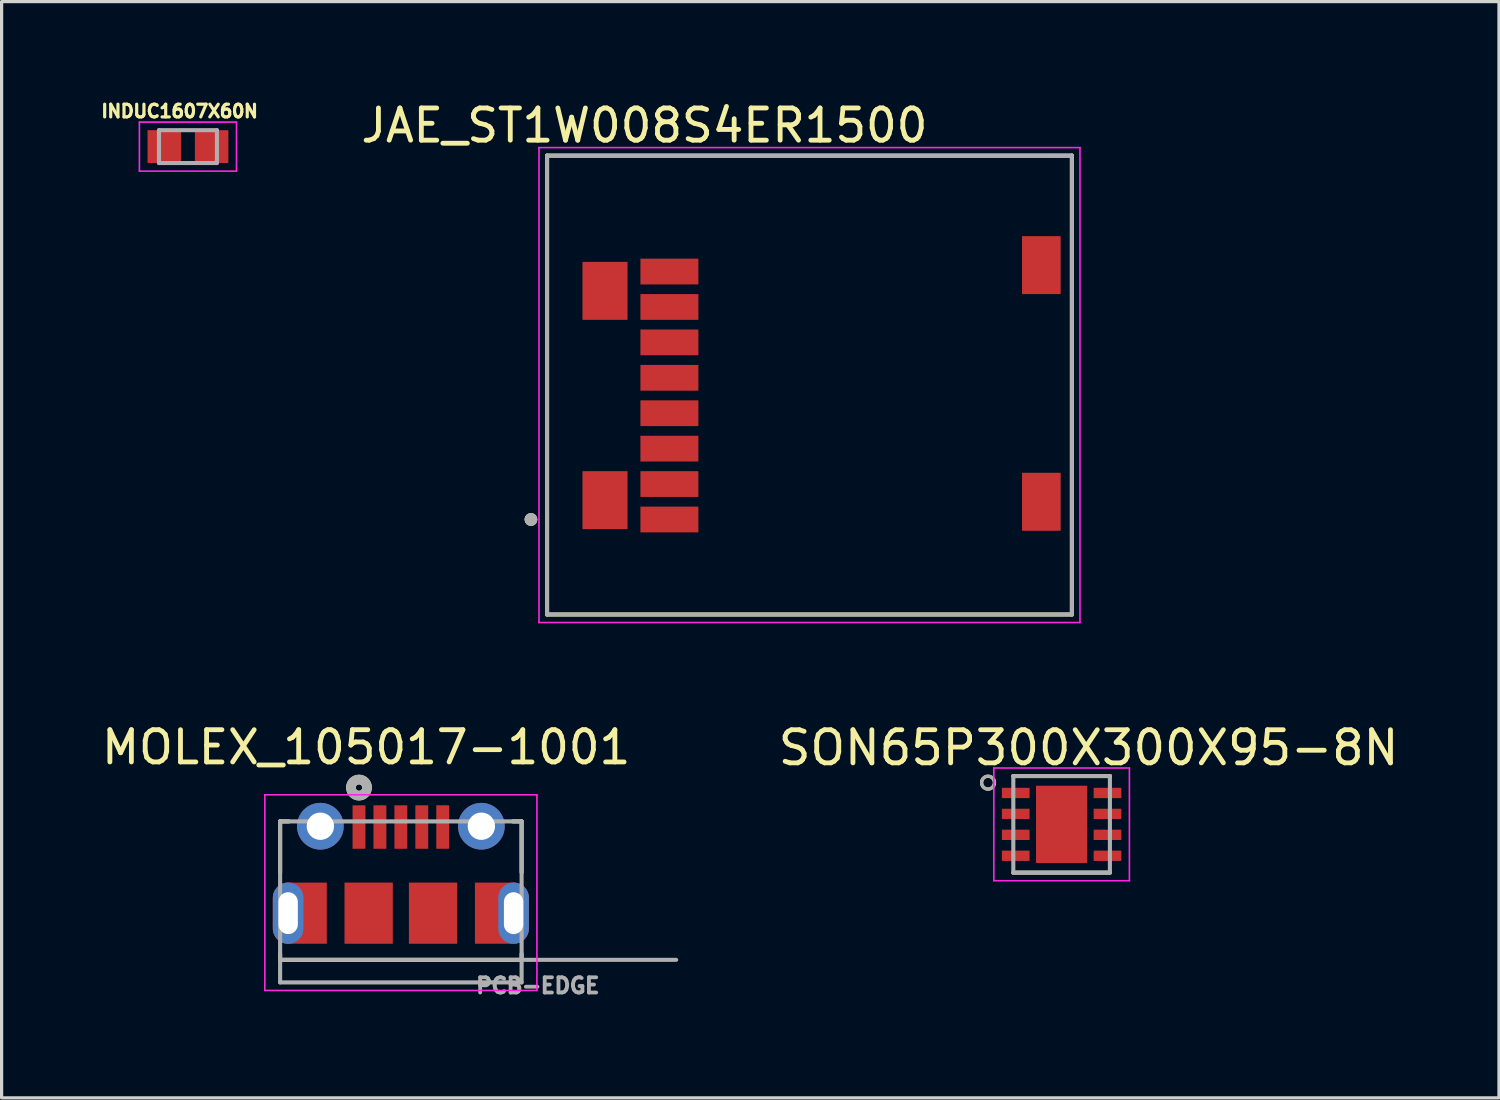
<source format=kicad_pcb>
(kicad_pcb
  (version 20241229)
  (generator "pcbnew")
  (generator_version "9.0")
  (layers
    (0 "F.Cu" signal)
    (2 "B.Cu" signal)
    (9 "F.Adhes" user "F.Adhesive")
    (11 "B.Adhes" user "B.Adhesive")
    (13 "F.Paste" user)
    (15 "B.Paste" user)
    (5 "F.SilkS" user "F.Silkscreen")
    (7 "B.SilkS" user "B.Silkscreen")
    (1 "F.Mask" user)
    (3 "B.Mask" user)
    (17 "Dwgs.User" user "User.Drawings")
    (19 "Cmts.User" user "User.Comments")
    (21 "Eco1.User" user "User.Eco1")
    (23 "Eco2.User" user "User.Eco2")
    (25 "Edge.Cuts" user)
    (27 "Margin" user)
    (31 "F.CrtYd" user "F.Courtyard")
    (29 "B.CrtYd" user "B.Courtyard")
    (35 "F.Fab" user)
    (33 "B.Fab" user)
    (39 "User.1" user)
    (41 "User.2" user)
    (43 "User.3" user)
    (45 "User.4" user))
  (footprint "SON65P300X300X95-8N"
    (layer "F.Cu")
    (at 29.919 22.551)
    (property "Reference" "SON65P300X300X95-8N" (at 0.838 -2.378 0) (layer "F.SilkS") (effects (font (size 1.028 1.028) (thickness 0.15))))
    (attr through_hole)
    (fp_line (start -1.5 -1.5) (end 1.5 -1.5) (stroke (width 0.127) (type solid)) (layer "F.SilkS"))
    (fp_line (start -1.5 1.5) (end 1.5 1.5) (stroke (width 0.127) (type solid)) (layer "F.SilkS"))
    (fp_circle (center -2.285 -1.295) (end -2.085 -1.295) (stroke (width 0.1) (type solid)) (fill no) (layer "F.SilkS"))
    (fp_poly (pts (xy -0.408 -0.6) (xy 0.398 -0.6) (xy 0.398 0.616) (xy -0.408 0.616)) (stroke (width 0.01) (type solid)) (fill yes) (layer "F.Paste"))
    (fp_line (start -2.105 -1.75) (end -2.105 1.75) (stroke (width 0.05) (type solid)) (layer "F.CrtYd"))
    (fp_line (start -2.105 -1.75) (end 2.105 -1.75) (stroke (width 0.05) (type solid)) (layer "F.CrtYd"))
    (fp_line (start -2.105 1.75) (end 2.105 1.75) (stroke (width 0.05) (type solid)) (layer "F.CrtYd"))
    (fp_line (start 2.105 -1.75) (end 2.105 1.75) (stroke (width 0.05) (type solid)) (layer "F.CrtYd"))
    (fp_line (start -1.5 -1.5) (end -1.5 1.5) (stroke (width 0.127) (type solid)) (layer "F.Fab"))
    (fp_line (start -1.5 -1.5) (end 1.5 -1.5) (stroke (width 0.127) (type solid)) (layer "F.Fab"))
    (fp_line (start -1.5 1.5) (end 1.5 1.5) (stroke (width 0.127) (type solid)) (layer "F.Fab"))
    (fp_line (start 1.5 -1.5) (end 1.5 1.5) (stroke (width 0.127) (type solid)) (layer "F.Fab"))
    (fp_circle (center -2.285 -1.295) (end -2.085 -1.295) (stroke (width 0.1) (type solid)) (fill no) (layer "F.Fab"))
    (pad "1" smd roundrect (at -1.425 -0.975) (size 0.86 0.32) (layers "F.Cu" "F.Mask" "F.Paste") (roundrect_rratio 0.04))
    (pad "2" smd roundrect (at -1.425 -0.325) (size 0.86 0.32) (layers "F.Cu" "F.Mask" "F.Paste") (roundrect_rratio 0.04))
    (pad "3" smd roundrect (at -1.425 0.325) (size 0.86 0.32) (layers "F.Cu" "F.Mask" "F.Paste") (roundrect_rratio 0.04))
    (pad "4" smd roundrect (at -1.425 0.975) (size 0.86 0.32) (layers "F.Cu" "F.Mask" "F.Paste") (roundrect_rratio 0.04))
    (pad "5" smd roundrect (at 1.425 0.975) (size 0.86 0.32) (layers "F.Cu" "F.Mask" "F.Paste") (roundrect_rratio 0.04))
    (pad "6" smd roundrect (at 1.425 0.325) (size 0.86 0.32) (layers "F.Cu" "F.Mask" "F.Paste") (roundrect_rratio 0.04))
    (pad "7" smd roundrect (at 1.425 -0.325) (size 0.86 0.32) (layers "F.Cu" "F.Mask" "F.Paste") (roundrect_rratio 0.04))
    (pad "8" smd roundrect (at 1.425 -0.975) (size 0.86 0.32) (layers "F.Cu" "F.Mask" "F.Paste") (roundrect_rratio 0.04))
    (pad "9" smd rect (at 0 0) (size 1.59 2.4) (layers "F.Cu" "F.Mask")))
  (footprint "JAE_ST1W008S4ER1500"
    (layer "F.Cu")
    (at 21.739 9.233)
    (property "Reference" "JAE_ST1W008S4ER1500" (at -4.775 -8.385 0) (layer "F.SilkS") (effects (font (size 1 1) (thickness 0.15))))
    (attr through_hole)
    (fp_line (start -7.8 -7.45) (end 8.5 -7.45) (stroke (width 0.127) (type solid)) (layer "F.SilkS"))
    (fp_line (start -7.8 6.8) (end -7.8 -7.45) (stroke (width 0.127) (type solid)) (layer "F.SilkS"))
    (fp_line (start 8.5 -7.45) (end 8.5 6.8) (stroke (width 0.127) (type solid)) (layer "F.SilkS"))
    (fp_line (start 8.5 6.8) (end -7.8 6.8) (stroke (width 0.127) (type solid)) (layer "F.SilkS"))
    (fp_circle (center -8.3 3.85) (end -8.2 3.85) (stroke (width 0.2) (type solid)) (fill no) (layer "F.SilkS"))
    (fp_line (start -8.05 -7.7) (end 8.75 -7.7) (stroke (width 0.05) (type solid)) (layer "F.CrtYd"))
    (fp_line (start -8.05 7.05) (end -8.05 -7.7) (stroke (width 0.05) (type solid)) (layer "F.CrtYd"))
    (fp_line (start 8.75 -7.7) (end 8.75 7.05) (stroke (width 0.05) (type solid)) (layer "F.CrtYd"))
    (fp_line (start 8.75 7.05) (end -8.05 7.05) (stroke (width 0.05) (type solid)) (layer "F.CrtYd"))
    (fp_line (start -7.8 -7.45) (end 8.5 -7.45) (stroke (width 0.127) (type solid)) (layer "F.Fab"))
    (fp_line (start -7.8 6.8) (end -7.8 -7.45) (stroke (width 0.127) (type solid)) (layer "F.Fab"))
    (fp_line (start 8.5 -7.45) (end 8.5 6.8) (stroke (width 0.127) (type solid)) (layer "F.Fab"))
    (fp_line (start 8.5 6.8) (end -7.8 6.8) (stroke (width 0.127) (type solid)) (layer "F.Fab"))
    (fp_circle (center -8.3 3.85) (end -8.2 3.85) (stroke (width 0.2) (type solid)) (fill no) (layer "F.Fab"))
    (pad "1" smd rect (at -4 3.85) (size 1.8 0.8) (layers "F.Cu" "F.Mask" "F.Paste"))
    (pad "2" smd rect (at -4 2.75) (size 1.8 0.8) (layers "F.Cu" "F.Mask" "F.Paste"))
    (pad "3" smd rect (at -4 1.65) (size 1.8 0.8) (layers "F.Cu" "F.Mask" "F.Paste"))
    (pad "4" smd rect (at -4 0.55) (size 1.8 0.8) (layers "F.Cu" "F.Mask" "F.Paste"))
    (pad "5" smd rect (at -4 -0.55) (size 1.8 0.8) (layers "F.Cu" "F.Mask" "F.Paste"))
    (pad "6" smd rect (at -4 -1.65) (size 1.8 0.8) (layers "F.Cu" "F.Mask" "F.Paste"))
    (pad "7" smd rect (at -4 -2.75) (size 1.8 0.8) (layers "F.Cu" "F.Mask" "F.Paste"))
    (pad "8" smd rect (at -4 -3.85) (size 1.8 0.8) (layers "F.Cu" "F.Mask" "F.Paste"))
    (pad "GND1" smd rect (at 7.55 3.3) (size 1.2 1.8) (layers "F.Cu" "F.Mask" "F.Paste"))
    (pad "GND2" smd rect (at 7.55 -4.05) (size 1.2 1.8) (layers "F.Cu" "F.Mask" "F.Paste"))
    (pad "GND3" smd rect (at -6 3.25) (size 1.4 1.8) (layers "F.Cu" "F.Mask" "F.Paste"))
    (pad "GND4" smd rect (at -6 -3.25) (size 1.4 1.8) (layers "F.Cu" "F.Mask" "F.Paste")))
  (footprint "INDUC1607X60N"
    (layer "F.Cu")
    (at 2.787 1.503)
    (property "Reference" "INDUC1607X60N" (at -0.26 -1.1 0) (layer "F.SilkS") (effects (font (size 0.394 0.394) (thickness 0.15))))
    (attr through_hole)
    (fp_line (start -1.508 -0.761) (end 1.508 -0.761) (stroke (width 0.05) (type solid)) (layer "F.CrtYd"))
    (fp_line (start -1.508 0.761) (end -1.508 -0.761) (stroke (width 0.05) (type solid)) (layer "F.CrtYd"))
    (fp_line (start -1.508 0.761) (end 1.508 0.761) (stroke (width 0.05) (type solid)) (layer "F.CrtYd"))
    (fp_line (start 1.508 0.761) (end 1.508 -0.761) (stroke (width 0.05) (type solid)) (layer "F.CrtYd"))
    (fp_line (start -0.9 0.51) (end -0.9 -0.51) (stroke (width 0.127) (type solid)) (layer "F.Fab"))
    (fp_line (start 0.9 -0.51) (end -0.9 -0.51) (stroke (width 0.127) (type solid)) (layer "F.Fab"))
    (fp_line (start 0.9 0.51) (end -0.9 0.51) (stroke (width 0.127) (type solid)) (layer "F.Fab"))
    (fp_line (start 0.9 0.51) (end 0.9 -0.51) (stroke (width 0.127) (type solid)) (layer "F.Fab"))
    (pad "1" smd rect (at -0.735 0) (size 1.04 1.02) (layers "F.Cu" "F.Mask" "F.Paste"))
    (pad "2" smd rect (at 0.735 0) (size 1.04 1.02) (layers "F.Cu" "F.Mask" "F.Paste")))
  (footprint "MOLEX_105017-1001"
    (layer "F.Cu")
    (at 9.399 25.309)
    (property "Reference" "MOLEX_105017-1001" (at -1.076 -5.152 0) (layer "F.SilkS") (effects (font (size 1.001 1.001) (thickness 0.15))))
    (attr through_hole)
    (fp_poly (pts (xy -3.5 -0.95) (xy -2.3 -0.95) (xy -2.3 0.95) (xy -3.5 0.95) (xy -3.525 0.949) (xy -3.55 0.947) (xy -3.574 0.944) (xy -3.599 0.94) (xy -3.623 0.934) (xy -3.647 0.927) (xy -3.67 0.918) (xy -3.693 0.909) (xy -3.716 0.898) (xy -3.737 0.886) (xy -3.759 0.873) (xy -3.779 0.859) (xy -3.799 0.844) (xy -3.818 0.828) (xy -3.836 0.811) (xy -3.853 0.793) (xy -3.869 0.774) (xy -3.884 0.754) (xy -3.898 0.734) (xy -3.911 0.712) (xy -3.923 0.691) (xy -3.934 0.668) (xy -3.943 0.645) (xy -3.952 0.622) (xy -3.959 0.598) (xy -3.965 0.574) (xy -3.969 0.549) (xy -3.972 0.525) (xy -3.974 0.5) (xy -3.975 0.475) (xy -3.975 -0.475) (xy -3.974 -0.5) (xy -3.972 -0.525) (xy -3.969 -0.549) (xy -3.965 -0.574) (xy -3.959 -0.598) (xy -3.952 -0.622) (xy -3.943 -0.645) (xy -3.934 -0.668) (xy -3.923 -0.691) (xy -3.911 -0.712) (xy -3.898 -0.734) (xy -3.884 -0.754) (xy -3.869 -0.774) (xy -3.853 -0.793) (xy -3.836 -0.811) (xy -3.818 -0.828) (xy -3.799 -0.844) (xy -3.779 -0.859) (xy -3.759 -0.873) (xy -3.737 -0.886) (xy -3.716 -0.898) (xy -3.693 -0.909) (xy -3.67 -0.918) (xy -3.647 -0.927) (xy -3.623 -0.934) (xy -3.599 -0.94) (xy -3.574 -0.944) (xy -3.55 -0.947) (xy -3.525 -0.949) (xy -3.5 -0.95)) (stroke (width 0.0001) (type solid)) (fill yes) (layer "F.Cu"))
    (fp_poly (pts (xy 3.5 -0.95) (xy 2.3 -0.95) (xy 2.3 0.95) (xy 3.5 0.95) (xy 3.525 0.949) (xy 3.55 0.947) (xy 3.574 0.944) (xy 3.599 0.94) (xy 3.623 0.934) (xy 3.647 0.927) (xy 3.67 0.918) (xy 3.693 0.909) (xy 3.716 0.898) (xy 3.738 0.886) (xy 3.759 0.873) (xy 3.779 0.859) (xy 3.799 0.844) (xy 3.818 0.828) (xy 3.836 0.811) (xy 3.853 0.793) (xy 3.869 0.774) (xy 3.884 0.754) (xy 3.898 0.734) (xy 3.911 0.712) (xy 3.923 0.691) (xy 3.934 0.668) (xy 3.943 0.645) (xy 3.952 0.622) (xy 3.959 0.598) (xy 3.965 0.574) (xy 3.969 0.549) (xy 3.972 0.525) (xy 3.974 0.5) (xy 3.975 0.475) (xy 3.975 -0.475) (xy 3.974 -0.5) (xy 3.972 -0.525) (xy 3.969 -0.549) (xy 3.965 -0.574) (xy 3.959 -0.598) (xy 3.952 -0.622) (xy 3.943 -0.645) (xy 3.934 -0.668) (xy 3.923 -0.691) (xy 3.911 -0.712) (xy 3.898 -0.734) (xy 3.884 -0.754) (xy 3.869 -0.774) (xy 3.853 -0.793) (xy 3.836 -0.811) (xy 3.818 -0.828) (xy 3.799 -0.844) (xy 3.779 -0.859) (xy 3.759 -0.873) (xy 3.738 -0.886) (xy 3.716 -0.898) (xy 3.693 -0.909) (xy 3.67 -0.918) (xy 3.647 -0.927) (xy 3.623 -0.934) (xy 3.599 -0.94) (xy 3.574 -0.944) (xy 3.55 -0.947) (xy 3.525 -0.949) (xy 3.5 -0.95)) (stroke (width 0.0001) (type solid)) (fill yes) (layer "F.Cu"))
    (fp_poly (pts (xy -3.5 -1.05) (xy -2.2 -1.05) (xy -2.2 1.05) (xy -3.5 1.05) (xy -3.53 1.049) (xy -3.56 1.047) (xy -3.59 1.043) (xy -3.62 1.037) (xy -3.649 1.03) (xy -3.678 1.022) (xy -3.706 1.012) (xy -3.734 1) (xy -3.761 0.987) (xy -3.788 0.973) (xy -3.813 0.957) (xy -3.838 0.94) (xy -3.862 0.922) (xy -3.885 0.902) (xy -3.907 0.882) (xy -3.927 0.86) (xy -3.947 0.837) (xy -3.965 0.813) (xy -3.982 0.788) (xy -3.998 0.762) (xy -4.012 0.736) (xy -4.025 0.709) (xy -4.037 0.681) (xy -4.047 0.653) (xy -4.055 0.624) (xy -4.062 0.595) (xy -4.068 0.565) (xy -4.072 0.535) (xy -4.074 0.505) (xy -4.075 0.475) (xy -4.075 -0.475) (xy -4.074 -0.505) (xy -4.072 -0.535) (xy -4.068 -0.565) (xy -4.062 -0.595) (xy -4.055 -0.624) (xy -4.047 -0.653) (xy -4.037 -0.681) (xy -4.025 -0.709) (xy -4.012 -0.736) (xy -3.998 -0.762) (xy -3.982 -0.788) (xy -3.965 -0.813) (xy -3.947 -0.837) (xy -3.927 -0.86) (xy -3.907 -0.882) (xy -3.885 -0.902) (xy -3.862 -0.922) (xy -3.838 -0.94) (xy -3.813 -0.957) (xy -3.788 -0.973) (xy -3.761 -0.987) (xy -3.734 -1) (xy -3.706 -1.012) (xy -3.678 -1.022) (xy -3.649 -1.03) (xy -3.62 -1.037) (xy -3.59 -1.043) (xy -3.56 -1.047) (xy -3.53 -1.049) (xy -3.5 -1.05)) (stroke (width 0.0001) (type solid)) (fill yes) (layer "F.Mask"))
    (fp_poly (pts (xy 3.5 -1.05) (xy 2.2 -1.05) (xy 2.2 1.05) (xy 3.5 1.05) (xy 3.53 1.049) (xy 3.56 1.047) (xy 3.59 1.043) (xy 3.62 1.037) (xy 3.649 1.03) (xy 3.678 1.022) (xy 3.706 1.012) (xy 3.734 1) (xy 3.761 0.987) (xy 3.788 0.973) (xy 3.813 0.957) (xy 3.838 0.94) (xy 3.862 0.922) (xy 3.885 0.902) (xy 3.907 0.882) (xy 3.927 0.86) (xy 3.947 0.837) (xy 3.965 0.813) (xy 3.982 0.788) (xy 3.998 0.762) (xy 4.012 0.736) (xy 4.025 0.709) (xy 4.037 0.681) (xy 4.047 0.653) (xy 4.055 0.624) (xy 4.062 0.595) (xy 4.068 0.565) (xy 4.072 0.535) (xy 4.074 0.505) (xy 4.075 0.475) (xy 4.075 -0.475) (xy 4.074 -0.505) (xy 4.072 -0.535) (xy 4.068 -0.565) (xy 4.062 -0.595) (xy 4.055 -0.624) (xy 4.047 -0.653) (xy 4.037 -0.681) (xy 4.025 -0.709) (xy 4.012 -0.736) (xy 3.998 -0.762) (xy 3.982 -0.788) (xy 3.965 -0.813) (xy 3.947 -0.837) (xy 3.927 -0.86) (xy 3.907 -0.882) (xy 3.885 -0.902) (xy 3.862 -0.922) (xy 3.838 -0.94) (xy 3.813 -0.957) (xy 3.788 -0.973) (xy 3.761 -0.987) (xy 3.734 -1) (xy 3.706 -1.012) (xy 3.678 -1.022) (xy 3.649 -1.03) (xy 3.62 -1.037) (xy 3.59 -1.043) (xy 3.56 -1.047) (xy 3.53 -1.049) (xy 3.5 -1.05)) (stroke (width 0.0001) (type solid)) (fill yes) (layer "F.Mask"))
    (fp_line (start -3.75 -2.85) (end -3.479 -2.85) (stroke (width 0.127) (type solid)) (layer "F.SilkS"))
    (fp_line (start -3.75 -1.27) (end -3.75 -2.85) (stroke (width 0.127) (type solid)) (layer "F.SilkS"))
    (fp_line (start -3.75 1.27) (end -3.75 1.45) (stroke (width 0.127) (type solid)) (layer "F.SilkS"))
    (fp_line (start -3.75 1.45) (end 3.75 1.45) (stroke (width 0.127) (type solid)) (layer "F.SilkS"))
    (fp_line (start 3.75 -2.85) (end 3.479 -2.85) (stroke (width 0.127) (type solid)) (layer "F.SilkS"))
    (fp_line (start 3.75 -1.27) (end 3.75 -2.85) (stroke (width 0.127) (type solid)) (layer "F.SilkS"))
    (fp_line (start 3.75 1.45) (end 3.75 1.27) (stroke (width 0.127) (type solid)) (layer "F.SilkS"))
    (fp_circle (center -1.3 -3.9) (end -1.2 -3.9) (stroke (width 0.3) (type solid)) (fill no) (layer "F.SilkS"))
    (fp_poly (pts (xy -3.5 -0.95) (xy -2.3 -0.95) (xy -2.3 0.95) (xy -3.5 0.95) (xy -3.525 0.949) (xy -3.55 0.947) (xy -3.574 0.944) (xy -3.599 0.94) (xy -3.623 0.934) (xy -3.647 0.927) (xy -3.67 0.918) (xy -3.693 0.909) (xy -3.716 0.898) (xy -3.737 0.886) (xy -3.759 0.873) (xy -3.779 0.859) (xy -3.799 0.844) (xy -3.818 0.828) (xy -3.836 0.811) (xy -3.853 0.793) (xy -3.869 0.774) (xy -3.884 0.754) (xy -3.898 0.734) (xy -3.911 0.712) (xy -3.923 0.691) (xy -3.934 0.668) (xy -3.943 0.645) (xy -3.952 0.622) (xy -3.959 0.598) (xy -3.965 0.574) (xy -3.969 0.549) (xy -3.972 0.525) (xy -3.974 0.5) (xy -3.975 0.475) (xy -3.975 -0.475) (xy -3.974 -0.5) (xy -3.972 -0.525) (xy -3.969 -0.549) (xy -3.965 -0.574) (xy -3.959 -0.598) (xy -3.952 -0.622) (xy -3.943 -0.645) (xy -3.934 -0.668) (xy -3.923 -0.691) (xy -3.911 -0.712) (xy -3.898 -0.734) (xy -3.884 -0.754) (xy -3.869 -0.774) (xy -3.853 -0.793) (xy -3.836 -0.811) (xy -3.818 -0.828) (xy -3.799 -0.844) (xy -3.779 -0.859) (xy -3.759 -0.873) (xy -3.737 -0.886) (xy -3.716 -0.898) (xy -3.693 -0.909) (xy -3.67 -0.918) (xy -3.647 -0.927) (xy -3.623 -0.934) (xy -3.599 -0.94) (xy -3.574 -0.944) (xy -3.55 -0.947) (xy -3.525 -0.949) (xy -3.5 -0.95)) (stroke (width 0.0001) (type solid)) (fill yes) (layer "F.Paste"))
    (fp_poly (pts (xy 3.5 -0.95) (xy 2.3 -0.95) (xy 2.3 0.95) (xy 3.5 0.95) (xy 3.525 0.949) (xy 3.55 0.947) (xy 3.574 0.944) (xy 3.599 0.94) (xy 3.623 0.934) (xy 3.647 0.927) (xy 3.67 0.918) (xy 3.693 0.909) (xy 3.716 0.898) (xy 3.738 0.886) (xy 3.759 0.873) (xy 3.779 0.859) (xy 3.799 0.844) (xy 3.818 0.828) (xy 3.836 0.811) (xy 3.853 0.793) (xy 3.869 0.774) (xy 3.884 0.754) (xy 3.898 0.734) (xy 3.911 0.712) (xy 3.923 0.691) (xy 3.934 0.668) (xy 3.943 0.645) (xy 3.952 0.622) (xy 3.959 0.598) (xy 3.965 0.574) (xy 3.969 0.549) (xy 3.972 0.525) (xy 3.974 0.5) (xy 3.975 0.475) (xy 3.975 -0.475) (xy 3.974 -0.5) (xy 3.972 -0.525) (xy 3.969 -0.549) (xy 3.965 -0.574) (xy 3.959 -0.598) (xy 3.952 -0.622) (xy 3.943 -0.645) (xy 3.934 -0.668) (xy 3.923 -0.691) (xy 3.911 -0.712) (xy 3.898 -0.734) (xy 3.884 -0.754) (xy 3.869 -0.774) (xy 3.853 -0.793) (xy 3.836 -0.811) (xy 3.818 -0.828) (xy 3.799 -0.844) (xy 3.779 -0.859) (xy 3.759 -0.873) (xy 3.738 -0.886) (xy 3.716 -0.898) (xy 3.693 -0.909) (xy 3.67 -0.918) (xy 3.647 -0.927) (xy 3.623 -0.934) (xy 3.599 -0.94) (xy 3.574 -0.944) (xy 3.55 -0.947) (xy 3.525 -0.949) (xy 3.5 -0.95)) (stroke (width 0.0001) (type solid)) (fill yes) (layer "F.Paste"))
    (fp_line (start -4.225 -3.675) (end -4.225 2.4) (stroke (width 0.05) (type solid)) (layer "F.CrtYd"))
    (fp_line (start -4.225 2.4) (end 4.225 2.4) (stroke (width 0.05) (type solid)) (layer "F.CrtYd"))
    (fp_line (start 4.225 -3.675) (end -4.225 -3.675) (stroke (width 0.05) (type solid)) (layer "F.CrtYd"))
    (fp_line (start 4.225 2.4) (end 4.225 -3.675) (stroke (width 0.05) (type solid)) (layer "F.CrtYd"))
    (fp_line (start -3.75 -2.85) (end 3.75 -2.85) (stroke (width 0.127) (type solid)) (layer "F.Fab"))
    (fp_line (start -3.75 1.45) (end -3.75 -2.85) (stroke (width 0.127) (type solid)) (layer "F.Fab"))
    (fp_line (start -3.75 1.45) (end 8.55 1.45) (stroke (width 0.127) (type solid)) (layer "F.Fab"))
    (fp_line (start -3.75 2.15) (end -3.75 1.45) (stroke (width 0.127) (type solid)) (layer "F.Fab"))
    (fp_line (start 3.75 -2.85) (end 3.75 2.15) (stroke (width 0.127) (type solid)) (layer "F.Fab"))
    (fp_line (start 3.75 2.15) (end -3.75 2.15) (stroke (width 0.127) (type solid)) (layer "F.Fab"))
    (fp_circle (center -1.3 -3.9) (end -1.2 -3.9) (stroke (width 0.3) (type solid)) (fill no) (layer "F.Fab"))
    (fp_text user "PCB-EDGE" (at 4.253 2.252 0) (layer "F.Fab") (effects (font (size 0.473 0.473) (thickness 0.15))))
    (pad "1" smd rect (at -1.3 -2.675) (size 0.4 1.35) (layers "F.Cu" "F.Mask" "F.Paste"))
    (pad "2" smd rect (at -0.65 -2.675) (size 0.4 1.35) (layers "F.Cu" "F.Mask" "F.Paste"))
    (pad "3" smd rect (at 0 -2.675) (size 0.4 1.35) (layers "F.Cu" "F.Mask" "F.Paste"))
    (pad "4" smd rect (at 0.65 -2.675) (size 0.4 1.35) (layers "F.Cu" "F.Mask" "F.Paste"))
    (pad "5" smd rect (at 1.3 -2.675) (size 0.4 1.35) (layers "F.Cu" "F.Mask" "F.Paste"))
    (pad "S1" thru_hole oval (at -3.5 0) (size 0.95 1.9) (drill oval 0.6 1.3) (layers "*.Cu"))
    (pad "S2" thru_hole oval (at 3.5 0) (size 0.95 1.9) (drill oval 0.6 1.3) (layers "*.Cu"))
    (pad "S3" thru_hole circle (at -2.5 -2.7) (size 1.45 1.45) (drill 0.85) (layers "*.Cu" "*.Mask"))
    (pad "S4" thru_hole circle (at 2.5 -2.7) (size 1.45 1.45) (drill 0.85) (layers "*.Cu" "*.Mask"))
    (pad "S5" smd rect (at -1 0) (size 1.5 1.9) (layers "F.Cu" "F.Mask" "F.Paste"))
    (pad "S6" smd rect (at 1 0) (size 1.5 1.9) (layers "F.Cu" "F.Mask" "F.Paste")))
  (gr_rect
    (start -3 -3)
    (end 43.502 31.045)
    (stroke (width 0.1) (type default))
    (fill no)
    (layer "Edge.Cuts")))
</source>
